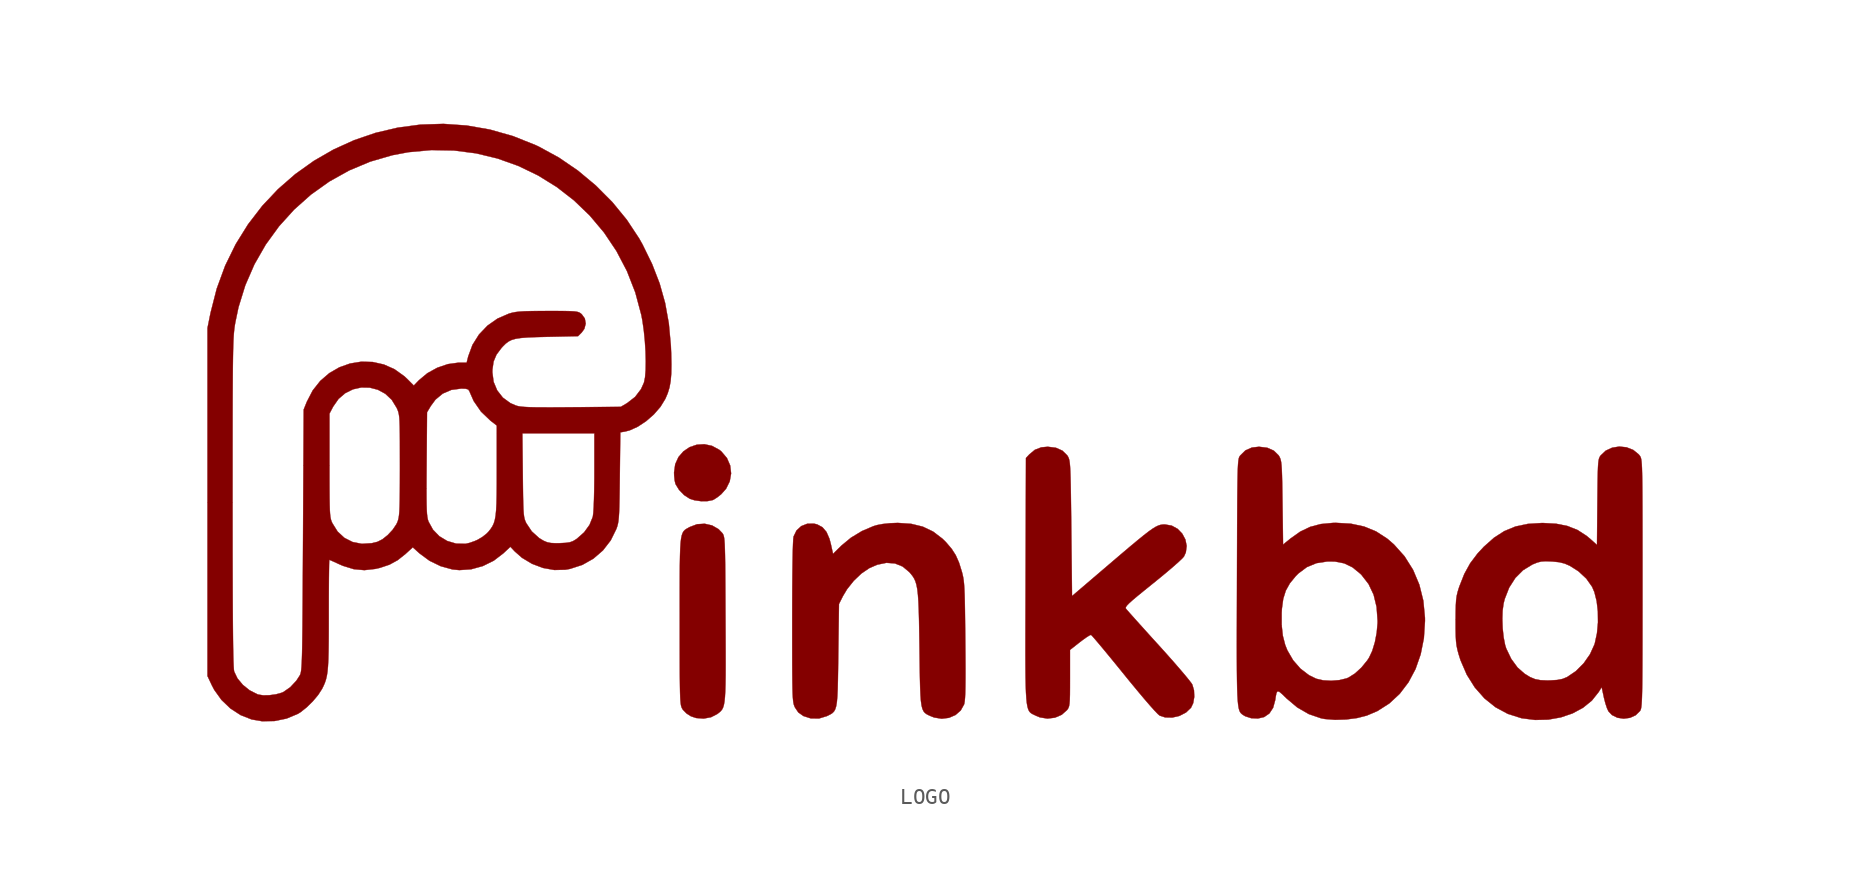
<source format=kicad_sym>
(kicad_symbol_lib
  (version 20220914)
  (generator "bitmap2component")
  (generator_version "9.0")
  (symbol "LOGO"
    (pin_names
      (offset 1.016))
    (property "Reference" "#G"
      (at 0 19.838 0)
      (effects (font (size 1.27 1.27)) hide))
    (symbol "LOGO_0_0"
      (polyline (pts (xy -41.415 -18.994) (xy -40.653 -18.839) (xy -39.948 -18.545) (xy -39.787 -18.446) (xy -39.403 -18.143) (xy -39.017 -17.765) (xy -38.678 -17.361) (xy -38.436 -16.986) (xy -38.342 -16.795) (xy -38.258 -16.601) (xy -38.191 -16.398) (xy -38.137 -16.171) (xy -38.095 -15.899) (xy -38.065 -15.565) (xy -38.043 -15.152) (xy -38.029 -14.64) (xy -38.021 -14.013) (xy -38.017 -13.252) (xy -38.016 -12.339) (xy -38.016 -12.057) (xy -38.015 -11.332) (xy -38.012 -10.67) (xy -38.008 -10.088) (xy -38.002 -9.604) (xy -37.996 -9.236) (xy -37.99 -9.002) (xy -37.983 -8.92) (xy -37.98 -8.92) (xy -37.879 -8.96) (xy -37.671 -9.053) (xy -37.396 -9.18) (xy -37.129 -9.296) (xy -36.453 -9.504) (xy -35.792 -9.566) (xy -35.105 -9.488) (xy -34.821 -9.423) (xy -34.225 -9.224) (xy -33.71 -8.943) (xy -33.217 -8.55) (xy -32.767 -8.139) (xy -32.336 -8.527) (xy -31.723 -8.978) (xy -31.021 -9.319) (xy -30.29 -9.52) (xy -29.859 -9.563) (xy -29.119 -9.511) (xy -28.391 -9.311) (xy -27.708 -8.975) (xy -27.104 -8.512) (xy -26.67 -8.104) (xy -26.395 -8.395) (xy -25.945 -8.792) (xy -25.317 -9.169) (xy -24.629 -9.428) (xy -23.919 -9.556) (xy -23.226 -9.538) (xy -22.938 -9.486) (xy -22.173 -9.238) (xy -21.483 -8.849) (xy -20.886 -8.334) (xy -20.4 -7.708) (xy -20.044 -6.986) (xy -20.038 -6.969) (xy -19.989 -6.825) (xy -19.95 -6.675) (xy -19.919 -6.498) (xy -19.895 -6.273) (xy -19.876 -5.981) (xy -19.862 -5.601) (xy -19.851 -5.112) (xy -19.841 -4.494) (xy -19.832 -3.727) (xy -19.8 -0.955) (xy -19.518 -0.909) (xy -19.22 -0.834) (xy -18.706 -0.601) (xy -18.189 -0.259) (xy -17.706 0.163) (xy -17.295 0.635) (xy -16.993 1.127) (xy -16.985 1.141) (xy -16.835 1.495) (xy -16.726 1.854) (xy -16.655 2.251) (xy -16.616 2.717) (xy -16.606 3.287) (xy -16.621 3.993) (xy -16.642 4.473) (xy -16.769 5.847) (xy -17 7.128) (xy -17.345 8.353) (xy -17.813 9.56) (xy -18.415 10.789) (xy -18.621 11.156) (xy -19.391 12.321) (xy -20.299 13.43) (xy -21.325 14.461) (xy -22.447 15.397) (xy -23.643 16.215) (xy -24.892 16.896) (xy -25.068 16.979) (xy -26.499 17.552) (xy -27.946 17.962) (xy -29.4 18.216) (xy -30.851 18.317) (xy -32.29 18.271) (xy -33.706 18.082) (xy -35.09 17.757) (xy -36.432 17.298) (xy -37.722 16.713) (xy -38.951 16.004) (xy -40.109 15.178) (xy -41.186 14.239) (xy -42.172 13.193) (xy -43.057 12.043) (xy -43.833 10.796) (xy -44.489 9.456) (xy -45.014 8.027) (xy -45.401 6.515) (xy -45.593 5.564) (xy -45.593 -5.309) (xy -45.593 -5.329) (xy -44.027 -5.329) (xy -44.027 -4.94) (xy -44.026 -3.443) (xy -44.026 -2.104) (xy -44.025 -0.913) (xy -44.024 0.14) (xy -44.022 1.065) (xy -44.018 1.872) (xy -44.014 2.57) (xy -44.009 3.17) (xy -44.002 3.681) (xy -43.994 4.112) (xy -43.984 4.475) (xy -43.973 4.779) (xy -43.959 5.032) (xy -43.944 5.247) (xy -43.926 5.431) (xy -43.906 5.596) (xy -43.883 5.75) (xy -43.857 5.904) (xy -43.658 6.856) (xy -43.231 8.234) (xy -42.661 9.543) (xy -41.955 10.775) (xy -41.124 11.919) (xy -40.178 12.964) (xy -39.125 13.902) (xy -37.976 14.72) (xy -36.74 15.409) (xy -35.427 15.959) (xy -34.045 16.36) (xy -33.043 16.549) (xy -31.609 16.681) (xy -30.195 16.655) (xy -28.81 16.477) (xy -27.466 16.153) (xy -26.172 15.691) (xy -24.939 15.096) (xy -23.776 14.376) (xy -22.695 13.537) (xy -21.705 12.585) (xy -20.816 11.528) (xy -20.04 10.371) (xy -19.385 9.122) (xy -18.863 7.786) (xy -18.484 6.371) (xy -18.415 5.999) (xy -18.329 5.39) (xy -18.265 4.745) (xy -18.224 4.097) (xy -18.208 3.48) (xy -18.217 2.929) (xy -18.254 2.477) (xy -18.319 2.158) (xy -18.503 1.746) (xy -18.876 1.257) (xy -19.374 0.871) (xy -19.77 0.637) (xy -22.847 0.612) (xy -23.339 0.608) (xy -24.081 0.604) (xy -24.682 0.605) (xy -25.16 0.609) (xy -25.532 0.619) (xy -25.816 0.634) (xy -26.03 0.655) (xy -26.193 0.683) (xy -26.321 0.719) (xy -26.672 0.871) (xy -27.139 1.214) (xy -27.493 1.665) (xy -27.717 2.2) (xy -27.794 2.795) (xy -27.791 2.961) (xy -27.719 3.468) (xy -27.538 3.899) (xy -27.227 4.314) (xy -27.136 4.413) (xy -26.961 4.587) (xy -26.786 4.72) (xy -26.585 4.82) (xy -26.335 4.891) (xy -26.012 4.94) (xy -25.592 4.973) (xy -25.051 4.995) (xy -24.365 5.012) (xy -22.44 5.055) (xy -22.207 5.288) (xy -22.046 5.513) (xy -21.962 5.836) (xy -22.017 6.155) (xy -22.21 6.423) (xy -22.22 6.431) (xy -22.299 6.495) (xy -22.386 6.543) (xy -22.501 6.577) (xy -22.67 6.601) (xy -22.915 6.615) (xy -23.259 6.623) (xy -23.726 6.626) (xy -24.339 6.626) (xy -24.815 6.625) (xy -25.354 6.62) (xy -25.77 6.609) (xy -26.09 6.589) (xy -26.342 6.56) (xy -26.552 6.519) (xy -26.747 6.465) (xy -26.754 6.463) (xy -27.468 6.154) (xy -28.1 5.711) (xy -28.629 5.156) (xy -29.036 4.509) (xy -29.301 3.791) (xy -29.399 3.398) (xy -29.848 3.398) (xy -29.915 3.397) (xy -30.575 3.306) (xy -31.239 3.079) (xy -31.855 2.739) (xy -32.374 2.307) (xy -32.703 1.967) (xy -33.11 2.376) (xy -33.29 2.545) (xy -33.907 2.987) (xy -34.574 3.283) (xy -35.273 3.439) (xy -35.984 3.458) (xy -36.686 3.344) (xy -37.361 3.103) (xy -37.988 2.739) (xy -38.547 2.257) (xy -39.02 1.66) (xy -39.386 0.954) (xy -39.582 0.467) (xy -39.6 -3.016) (xy -37.973 -3.016) (xy -37.973 0.212) (xy -37.743 0.65) (xy -37.408 1.131) (xy -36.985 1.494) (xy -36.502 1.733) (xy -35.984 1.848) (xy -35.457 1.839) (xy -34.947 1.707) (xy -34.48 1.452) (xy -34.08 1.076) (xy -33.773 0.577) (xy -33.745 0.516) (xy -33.698 0.402) (xy -33.66 0.283) (xy -33.631 0.143) (xy -33.608 -0.038) (xy -33.593 -0.279) (xy -33.582 -0.597) (xy -33.575 -1.012) (xy -33.572 -1.54) (xy -33.571 -2.202) (xy -33.57 -3.016) (xy -33.57 -3.298) (xy -33.572 -4.074) (xy -33.574 -4.46) (xy -31.911 -4.46) (xy -31.908 -3.771) (xy -31.902 -2.929) (xy -31.877 0.297) (xy -31.64 0.694) (xy -31.349 1.089) (xy -30.894 1.466) (xy -30.354 1.698) (xy -29.736 1.78) (xy -29.463 1.77) (xy -29.308 1.726) (xy -29.239 1.635) (xy -28.96 1) (xy -28.503 0.34) (xy -27.919 -0.219) (xy -27.517 -0.532) (xy -27.517 -1.019) (xy -25.919 -1.019) (xy -23.67 -1.019) (xy -21.421 -1.019) (xy -21.421 -3.394) (xy -21.422 -3.863) (xy -21.43 -4.537) (xy -21.444 -5.131) (xy -21.462 -5.62) (xy -21.486 -5.984) (xy -21.513 -6.201) (xy -21.523 -6.245) (xy -21.723 -6.739) (xy -22.061 -7.204) (xy -22.51 -7.601) (xy -22.553 -7.631) (xy -22.752 -7.752) (xy -22.949 -7.824) (xy -23.201 -7.861) (xy -23.566 -7.88) (xy -23.814 -7.885) (xy -24.133 -7.871) (xy -24.374 -7.822) (xy -24.594 -7.729) (xy -24.869 -7.563) (xy -25.333 -7.144) (xy -25.676 -6.63) (xy -25.686 -6.609) (xy -25.738 -6.494) (xy -25.779 -6.373) (xy -25.811 -6.226) (xy -25.835 -6.031) (xy -25.853 -5.768) (xy -25.866 -5.417) (xy -25.876 -4.958) (xy -25.884 -4.369) (xy -25.892 -3.632) (xy -25.919 -1.019) (xy -27.517 -1.019) (xy -27.517 -3.309) (xy -27.517 -3.336) (xy -27.518 -4.163) (xy -27.524 -4.84) (xy -27.536 -5.385) (xy -27.558 -5.819) (xy -27.591 -6.161) (xy -27.64 -6.429) (xy -27.705 -6.644) (xy -27.79 -6.824) (xy -27.897 -6.988) (xy -28.029 -7.156) (xy -28.143 -7.275) (xy -28.422 -7.496) (xy -28.725 -7.674) (xy -28.907 -7.753) (xy -29.216 -7.862) (xy -29.464 -7.92) (xy -29.475 -7.921) (xy -30.061 -7.908) (xy -30.614 -7.745) (xy -31.106 -7.449) (xy -31.506 -7.037) (xy -31.786 -6.528) (xy -31.796 -6.5) (xy -31.831 -6.383) (xy -31.858 -6.237) (xy -31.88 -6.045) (xy -31.895 -5.789) (xy -31.905 -5.451) (xy -31.91 -5.014) (xy -31.911 -4.46) (xy -33.574 -4.46) (xy -33.575 -4.704) (xy -33.581 -5.206) (xy -33.591 -5.598) (xy -33.605 -5.899) (xy -33.625 -6.128) (xy -33.65 -6.301) (xy -33.683 -6.437) (xy -33.722 -6.554) (xy -33.791 -6.701) (xy -34.023 -7.044) (xy -34.329 -7.372) (xy -34.661 -7.638) (xy -34.972 -7.796) (xy -35.326 -7.883) (xy -35.952 -7.922) (xy -36.528 -7.809) (xy -37.039 -7.55) (xy -37.466 -7.154) (xy -37.796 -6.626) (xy -37.806 -6.603) (xy -37.85 -6.499) (xy -37.885 -6.386) (xy -37.913 -6.247) (xy -37.934 -6.062) (xy -37.95 -5.815) (xy -37.96 -5.488) (xy -37.967 -5.062) (xy -37.971 -4.52) (xy -37.973 -3.844) (xy -37.973 -3.016) (xy -39.6 -3.016) (xy -39.624 -7.688) (xy -39.625 -7.799) (xy -39.632 -9.148) (xy -39.639 -10.339) (xy -39.645 -11.381) (xy -39.652 -12.285) (xy -39.658 -13.062) (xy -39.666 -13.721) (xy -39.674 -14.273) (xy -39.683 -14.729) (xy -39.694 -15.098) (xy -39.706 -15.392) (xy -39.72 -15.62) (xy -39.736 -15.793) (xy -39.754 -15.921) (xy -39.774 -16.015) (xy -39.798 -16.084) (xy -39.824 -16.14) (xy -40.042 -16.476) (xy -40.422 -16.882) (xy -40.849 -17.179) (xy -40.959 -17.227) (xy -41.313 -17.325) (xy -41.721 -17.381) (xy -42.113 -17.389) (xy -42.419 -17.34) (xy -42.485 -17.317) (xy -42.961 -17.075) (xy -43.386 -16.733) (xy -43.722 -16.33) (xy -43.927 -15.902) (xy -43.929 -15.894) (xy -43.945 -15.782) (xy -43.959 -15.576) (xy -43.972 -15.271) (xy -43.983 -14.86) (xy -43.993 -14.336) (xy -44.001 -13.693) (xy -44.008 -12.925) (xy -44.014 -12.025) (xy -44.019 -10.988) (xy -44.022 -9.806) (xy -44.025 -8.473) (xy -44.026 -6.983) (xy -44.027 -5.329) (xy -45.593 -5.329) (xy -45.593 -16.183) (xy -45.322 -16.757) (xy -45.172 -17.044) (xy -44.72 -17.674) (xy -44.161 -18.209) (xy -43.523 -18.623) (xy -42.834 -18.894) (xy -42.189 -19.005) (xy -41.415 -18.994)) (stroke (width 0.01) (type default)) (fill (type outline)))
      (polyline (pts (xy 25.553 -18.896) (xy 26.234 -18.807) (xy 26.837 -18.654) (xy 27.501 -18.372) (xy 28.248 -17.896) (xy 28.899 -17.292) (xy 29.448 -16.571) (xy 29.887 -15.745) (xy 30.209 -14.824) (xy 30.409 -13.819) (xy 30.478 -12.742) (xy 30.476 -12.546) (xy 30.375 -11.479) (xy 30.125 -10.475) (xy 29.733 -9.546) (xy 29.202 -8.703) (xy 28.537 -7.959) (xy 28.116 -7.596) (xy 27.425 -7.149) (xy 26.676 -6.841) (xy 25.846 -6.664) (xy 24.914 -6.611) (xy 24.735 -6.614) (xy 23.97 -6.686) (xy 23.299 -6.864) (xy 22.679 -7.162) (xy 22.069 -7.596) (xy 21.61 -7.971) (xy 21.576 -5.362) (xy 21.567 -4.752) (xy 21.557 -4.134) (xy 21.545 -3.651) (xy 21.531 -3.282) (xy 21.513 -3.007) (xy 21.489 -2.808) (xy 21.459 -2.663) (xy 21.421 -2.554) (xy 21.373 -2.46) (xy 21.332 -2.394) (xy 21.034 -2.101) (xy 20.62 -1.919) (xy 20.107 -1.857) (xy 19.662 -1.907) (xy 19.257 -2.086) (xy 18.932 -2.406) (xy 18.92 -2.422) (xy 18.891 -2.466) (xy 18.865 -2.52) (xy 18.843 -2.595) (xy 18.824 -2.7) (xy 18.807 -2.848) (xy 18.793 -3.048) (xy 18.781 -3.311) (xy 18.772 -3.648) (xy 18.764 -4.07) (xy 18.757 -4.587) (xy 18.751 -5.209) (xy 18.747 -5.949) (xy 18.742 -6.815) (xy 18.739 -7.819) (xy 18.735 -8.973) (xy 18.731 -10.285) (xy 18.73 -10.816) (xy 18.726 -12.104) (xy 18.724 -13.004) (xy 21.523 -13.004) (xy 21.523 -12.232) (xy 21.538 -11.968) (xy 21.621 -11.357) (xy 21.781 -10.846) (xy 22.034 -10.39) (xy 22.399 -9.943) (xy 22.573 -9.768) (xy 23.102 -9.374) (xy 23.693 -9.13) (xy 24.372 -9.024) (xy 24.847 -9.027) (xy 25.43 -9.14) (xy 25.951 -9.392) (xy 26.446 -9.798) (xy 26.509 -9.861) (xy 26.954 -10.435) (xy 27.269 -11.1) (xy 27.455 -11.866) (xy 27.517 -12.741) (xy 27.515 -12.874) (xy 27.462 -13.475) (xy 27.348 -14.073) (xy 27.184 -14.611) (xy 26.983 -15.036) (xy 26.868 -15.212) (xy 26.505 -15.655) (xy 26.099 -16.026) (xy 25.696 -16.28) (xy 25.578 -16.329) (xy 25.131 -16.437) (xy 24.62 -16.478) (xy 24.114 -16.45) (xy 23.683 -16.351) (xy 23.229 -16.129) (xy 22.697 -15.721) (xy 22.238 -15.195) (xy 21.88 -14.579) (xy 21.742 -14.234) (xy 21.594 -13.658) (xy 21.523 -13.004) (xy 18.724 -13.004) (xy 18.723 -13.237) (xy 18.722 -14.224) (xy 18.723 -15.077) (xy 18.726 -15.806) (xy 18.733 -16.421) (xy 18.743 -16.932) (xy 18.757 -17.351) (xy 18.777 -17.686) (xy 18.802 -17.95) (xy 18.832 -18.152) (xy 18.869 -18.302) (xy 18.913 -18.412) (xy 18.965 -18.491) (xy 19.025 -18.55) (xy 19.093 -18.6) (xy 19.171 -18.65) (xy 19.249 -18.696) (xy 19.622 -18.816) (xy 20.041 -18.834) (xy 20.427 -18.745) (xy 20.755 -18.521) (xy 20.99 -18.162) (xy 21.121 -17.682) (xy 21.149 -17.484) (xy 21.196 -17.243) (xy 21.261 -17.136) (xy 21.37 -17.159) (xy 21.549 -17.307) (xy 21.825 -17.577) (xy 22.492 -18.139) (xy 23.22 -18.56) (xy 23.983 -18.821) (xy 24.221 -18.866) (xy 24.859 -18.917) (xy 25.553 -18.896)) (stroke (width 0.01) (type default)) (fill (type outline)))
      (polyline (pts (xy 38.178 -18.905) (xy 38.966 -18.765) (xy 39.699 -18.516) (xy 40.353 -18.164) (xy 40.904 -17.717) (xy 41.329 -17.183) (xy 41.519 -16.874) (xy 41.656 -17.516) (xy 41.662 -17.546) (xy 41.751 -17.89) (xy 41.851 -18.192) (xy 41.942 -18.388) (xy 42.165 -18.621) (xy 42.506 -18.788) (xy 42.894 -18.845) (xy 43.288 -18.792) (xy 43.642 -18.632) (xy 43.916 -18.363) (xy 43.932 -18.336) (xy 43.957 -18.282) (xy 43.978 -18.206) (xy 43.996 -18.097) (xy 44.012 -17.945) (xy 44.025 -17.738) (xy 44.036 -17.468) (xy 44.045 -17.122) (xy 44.053 -16.691) (xy 44.058 -16.163) (xy 44.062 -15.529) (xy 44.065 -14.778) (xy 44.067 -13.899) (xy 44.068 -12.882) (xy 44.069 -11.717) (xy 44.069 -10.391) (xy 44.069 -9.671) (xy 44.069 -8.435) (xy 44.068 -7.353) (xy 44.067 -6.413) (xy 44.065 -5.606) (xy 44.062 -4.922) (xy 44.058 -4.348) (xy 44.052 -3.875) (xy 44.044 -3.493) (xy 44.035 -3.189) (xy 44.023 -2.955) (xy 44.008 -2.78) (xy 43.991 -2.652) (xy 43.971 -2.561) (xy 43.948 -2.497) (xy 43.921 -2.449) (xy 43.891 -2.406) (xy 43.831 -2.332) (xy 43.487 -2.053) (xy 43.07 -1.891) (xy 42.618 -1.845) (xy 42.171 -1.916) (xy 41.768 -2.103) (xy 41.45 -2.406) (xy 41.438 -2.422) (xy 41.391 -2.498) (xy 41.354 -2.59) (xy 41.325 -2.719) (xy 41.303 -2.903) (xy 41.287 -3.161) (xy 41.275 -3.513) (xy 41.265 -3.977) (xy 41.258 -4.573) (xy 41.25 -5.32) (xy 41.226 -7.995) (xy 40.82 -7.629) (xy 40.57 -7.42) (xy 40.005 -7.056) (xy 39.382 -6.809) (xy 38.672 -6.667) (xy 37.846 -6.621) (xy 37.777 -6.622) (xy 36.901 -6.677) (xy 36.132 -6.84) (xy 35.438 -7.125) (xy 34.79 -7.542) (xy 34.156 -8.105) (xy 33.763 -8.527) (xy 33.303 -9.137) (xy 32.937 -9.801) (xy 32.63 -10.576) (xy 32.584 -10.711) (xy 32.511 -10.955) (xy 32.459 -11.185) (xy 32.425 -11.437) (xy 32.406 -11.75) (xy 32.396 -12.158) (xy 32.392 -12.637) (xy 35.31 -12.637) (xy 35.327 -12.098) (xy 35.389 -11.649) (xy 35.46 -11.367) (xy 35.738 -10.657) (xy 36.125 -10.052) (xy 36.61 -9.567) (xy 37.182 -9.218) (xy 37.232 -9.195) (xy 37.508 -9.085) (xy 37.747 -9.027) (xy 38.017 -9.009) (xy 38.387 -9.023) (xy 38.445 -9.026) (xy 38.869 -9.07) (xy 39.205 -9.154) (xy 39.526 -9.293) (xy 40.064 -9.634) (xy 40.556 -10.091) (xy 40.92 -10.604) (xy 41.064 -10.94) (xy 41.205 -11.502) (xy 41.28 -12.147) (xy 41.288 -12.829) (xy 41.226 -13.504) (xy 41.092 -14.129) (xy 41.064 -14.219) (xy 40.79 -14.821) (xy 40.392 -15.389) (xy 39.906 -15.876) (xy 39.37 -16.239) (xy 39.333 -16.258) (xy 39.056 -16.367) (xy 38.736 -16.429) (xy 38.312 -16.455) (xy 38.125 -16.459) (xy 37.695 -16.442) (xy 37.352 -16.376) (xy 37.039 -16.245) (xy 36.697 -16.034) (xy 36.261 -15.65) (xy 35.868 -15.114) (xy 35.554 -14.462) (xy 35.485 -14.242) (xy 35.392 -13.767) (xy 35.332 -13.213) (xy 35.31 -12.637) (xy 32.392 -12.637) (xy 32.392 -12.7) (xy 32.392 -13.242) (xy 32.4 -13.672) (xy 32.419 -14.007) (xy 32.453 -14.285) (xy 32.506 -14.543) (xy 32.58 -14.819) (xy 32.699 -15.194) (xy 33.09 -16.098) (xy 33.592 -16.896) (xy 34.193 -17.577) (xy 34.884 -18.131) (xy 35.653 -18.545) (xy 36.491 -18.811) (xy 36.53 -18.82) (xy 37.358 -18.925) (xy 38.178 -18.905)) (stroke (width 0.01) (type default)) (fill (type outline)))
      (polyline (pts (xy -14.133 -18.756) (xy -13.746 -18.558) (xy -13.704 -18.526) (xy -13.601 -18.446) (xy -13.514 -18.366) (xy -13.44 -18.272) (xy -13.379 -18.152) (xy -13.33 -17.992) (xy -13.292 -17.779) (xy -13.263 -17.501) (xy -13.242 -17.144) (xy -13.228 -16.695) (xy -13.22 -16.141) (xy -13.218 -15.47) (xy -13.219 -14.668) (xy -13.222 -13.722) (xy -13.227 -12.619) (xy -13.229 -12.301) (xy -13.233 -11.286) (xy -13.238 -10.423) (xy -13.243 -9.7) (xy -13.249 -9.104) (xy -13.257 -8.621) (xy -13.267 -8.238) (xy -13.278 -7.942) (xy -13.293 -7.719) (xy -13.312 -7.557) (xy -13.334 -7.442) (xy -13.36 -7.361) (xy -13.392 -7.301) (xy -13.428 -7.248) (xy -13.663 -7.004) (xy -14.066 -6.773) (xy -14.526 -6.668) (xy -15.004 -6.698) (xy -15.459 -6.87) (xy -15.558 -6.925) (xy -15.669 -6.987) (xy -15.764 -7.053) (xy -15.843 -7.134) (xy -15.908 -7.245) (xy -15.96 -7.397) (xy -16.002 -7.603) (xy -16.033 -7.877) (xy -16.055 -8.231) (xy -16.07 -8.678) (xy -16.08 -9.231) (xy -16.085 -9.902) (xy -16.087 -10.705) (xy -16.087 -11.652) (xy -16.086 -12.755) (xy -16.086 -12.982) (xy -16.086 -14.021) (xy -16.085 -14.906) (xy -16.083 -15.649) (xy -16.08 -16.265) (xy -16.074 -16.767) (xy -16.067 -17.168) (xy -16.057 -17.48) (xy -16.043 -17.718) (xy -16.026 -17.894) (xy -16.006 -18.022) (xy -15.98 -18.115) (xy -15.95 -18.186) (xy -15.915 -18.248) (xy -15.882 -18.297) (xy -15.661 -18.521) (xy -15.386 -18.697) (xy -15.06 -18.805) (xy -14.59 -18.84) (xy -14.133 -18.756)) (stroke (width 0.01) (type default)) (fill (type outline)))
      (polyline (pts (xy 0.737 -18.792) (xy 1.143 -18.617) (xy 1.468 -18.335) (xy 1.678 -17.959) (xy 1.693 -17.909) (xy 1.718 -17.761) (xy 1.738 -17.544) (xy 1.753 -17.242) (xy 1.762 -16.843) (xy 1.767 -16.33) (xy 1.768 -15.691) (xy 1.764 -14.91) (xy 1.756 -13.974) (xy 1.752 -13.574) (xy 1.743 -12.748) (xy 1.734 -12.066) (xy 1.724 -11.511) (xy 1.712 -11.065) (xy 1.696 -10.709) (xy 1.677 -10.426) (xy 1.653 -10.199) (xy 1.623 -10.009) (xy 1.587 -9.839) (xy 1.543 -9.67) (xy 1.365 -9.099) (xy 1.161 -8.637) (xy 0.903 -8.234) (xy 0.563 -7.835) (xy 0.33 -7.603) (xy -0.255 -7.157) (xy -0.898 -6.85) (xy -1.624 -6.673) (xy -2.455 -6.616) (xy -2.478 -6.616) (xy -2.951 -6.635) (xy -3.403 -6.683) (xy -3.76 -6.751) (xy -3.991 -6.821) (xy -4.707 -7.127) (xy -5.392 -7.543) (xy -5.985 -8.034) (xy -6.509 -8.55) (xy -6.647 -7.927) (xy -6.733 -7.604) (xy -6.92 -7.177) (xy -7.171 -6.884) (xy -7.497 -6.71) (xy -7.701 -6.66) (xy -8.12 -6.668) (xy -8.494 -6.815) (xy -8.789 -7.087) (xy -8.973 -7.465) (xy -8.974 -7.468) (xy -8.993 -7.63) (xy -9.009 -7.954) (xy -9.024 -8.429) (xy -9.036 -9.047) (xy -9.046 -9.8) (xy -9.053 -10.679) (xy -9.057 -11.675) (xy -9.059 -12.779) (xy -9.059 -13.759) (xy -9.058 -14.662) (xy -9.057 -15.421) (xy -9.053 -16.051) (xy -9.048 -16.564) (xy -9.041 -16.976) (xy -9.031 -17.299) (xy -9.017 -17.547) (xy -9 -17.734) (xy -8.979 -17.874) (xy -8.953 -17.98) (xy -8.922 -18.066) (xy -8.886 -18.146) (xy -8.677 -18.456) (xy -8.357 -18.682) (xy -7.896 -18.829) (xy -7.384 -18.834) (xy -6.892 -18.685) (xy -6.818 -18.649) (xy -6.667 -18.573) (xy -6.544 -18.493) (xy -6.446 -18.393) (xy -6.37 -18.256) (xy -6.312 -18.065) (xy -6.269 -17.804) (xy -6.239 -17.456) (xy -6.218 -17.006) (xy -6.204 -16.435) (xy -6.192 -15.727) (xy -6.181 -14.866) (xy -6.138 -11.681) (xy -5.891 -11.19) (xy -5.634 -10.76) (xy -5.214 -10.232) (xy -4.734 -9.775) (xy -4.238 -9.438) (xy -3.745 -9.225) (xy -3.173 -9.108) (xy -2.641 -9.146) (xy -2.161 -9.339) (xy -1.746 -9.684) (xy -1.664 -9.777) (xy -1.543 -9.928) (xy -1.443 -10.085) (xy -1.361 -10.265) (xy -1.295 -10.485) (xy -1.243 -10.759) (xy -1.203 -11.106) (xy -1.173 -11.54) (xy -1.15 -12.08) (xy -1.133 -12.74) (xy -1.119 -13.537) (xy -1.105 -14.488) (xy -1.103 -14.66) (xy -1.091 -15.547) (xy -1.08 -16.282) (xy -1.065 -16.882) (xy -1.045 -17.36) (xy -1.017 -17.734) (xy -0.978 -18.018) (xy -0.925 -18.227) (xy -0.856 -18.379) (xy -0.767 -18.487) (xy -0.657 -18.567) (xy -0.522 -18.636) (xy -0.359 -18.707) (xy -0.183 -18.774) (xy 0.284 -18.849) (xy 0.737 -18.792)) (stroke (width 0.01) (type default)) (fill (type outline)))
      (polyline (pts (xy 7.357 -18.783) (xy 7.779 -18.603) (xy 8.114 -18.306) (xy 8.145 -18.264) (xy 8.199 -18.175) (xy 8.239 -18.064) (xy 8.266 -17.905) (xy 8.283 -17.676) (xy 8.293 -17.349) (xy 8.296 -16.903) (xy 8.297 -16.311) (xy 8.297 -14.55) (xy 8.911 -14.067) (xy 9.054 -13.958) (xy 9.313 -13.771) (xy 9.51 -13.647) (xy 9.61 -13.607) (xy 9.611 -13.608) (xy 9.688 -13.684) (xy 9.857 -13.877) (xy 10.108 -14.172) (xy 10.427 -14.554) (xy 10.802 -15.009) (xy 11.221 -15.521) (xy 11.672 -16.077) (xy 12.013 -16.497) (xy 12.49 -17.075) (xy 12.916 -17.583) (xy 13.282 -18.008) (xy 13.576 -18.337) (xy 13.788 -18.557) (xy 13.906 -18.657) (xy 14.246 -18.767) (xy 14.69 -18.776) (xy 15.14 -18.67) (xy 15.546 -18.461) (xy 15.86 -18.162) (xy 15.996 -17.873) (xy 16.062 -17.484) (xy 16.045 -17.076) (xy 15.941 -16.717) (xy 15.888 -16.633) (xy 15.723 -16.419) (xy 15.469 -16.109) (xy 15.139 -15.722) (xy 14.749 -15.272) (xy 14.312 -14.779) (xy 13.843 -14.259) (xy 13.495 -13.877) (xy 13.055 -13.39) (xy 12.658 -12.95) (xy 12.32 -12.573) (xy 12.053 -12.274) (xy 11.873 -12.07) (xy 11.794 -11.975) (xy 11.777 -11.935) (xy 11.792 -11.867) (xy 11.861 -11.77) (xy 11.997 -11.63) (xy 12.213 -11.436) (xy 12.523 -11.175) (xy 12.94 -10.835) (xy 13.477 -10.402) (xy 13.937 -10.029) (xy 14.385 -9.657) (xy 14.776 -9.323) (xy 15.092 -9.043) (xy 15.313 -8.833) (xy 15.42 -8.712) (xy 15.535 -8.459) (xy 15.587 -8.053) (xy 15.506 -7.652) (xy 15.312 -7.287) (xy 15.022 -6.987) (xy 14.654 -6.785) (xy 14.228 -6.711) (xy 14.092 -6.715) (xy 13.956 -6.736) (xy 13.812 -6.781) (xy 13.645 -6.862) (xy 13.444 -6.986) (xy 13.194 -7.164) (xy 12.883 -7.406) (xy 12.496 -7.721) (xy 12.021 -8.117) (xy 11.444 -8.606) (xy 10.753 -9.196) (xy 8.424 -11.186) (xy 8.379 -6.969) (xy 8.373 -6.416) (xy 8.362 -5.546) (xy 8.352 -4.824) (xy 8.342 -4.233) (xy 8.331 -3.759) (xy 8.318 -3.386) (xy 8.303 -3.101) (xy 8.284 -2.888) (xy 8.262 -2.732) (xy 8.235 -2.619) (xy 8.203 -2.533) (xy 8.165 -2.459) (xy 8.124 -2.394) (xy 7.827 -2.102) (xy 7.416 -1.92) (xy 6.91 -1.857) (xy 6.503 -1.894) (xy 6.105 -2.046) (xy 5.757 -2.335) (xy 5.546 -2.562) (xy 5.523 -10.222) (xy 5.523 -10.397) (xy 5.519 -11.731) (xy 5.515 -12.907) (xy 5.513 -13.935) (xy 5.512 -14.826) (xy 5.515 -15.589) (xy 5.521 -16.236) (xy 5.532 -16.776) (xy 5.548 -17.221) (xy 5.571 -17.579) (xy 5.6 -17.863) (xy 5.637 -18.082) (xy 5.683 -18.246) (xy 5.738 -18.366) (xy 5.803 -18.452) (xy 5.88 -18.515) (xy 5.968 -18.565) (xy 6.069 -18.613) (xy 6.184 -18.668) (xy 6.421 -18.765) (xy 6.89 -18.84) (xy 7.357 -18.783)) (stroke (width 0.01) (type default)) (fill (type outline)))
      (polyline (pts (xy -14.353 -5.254) (xy -14.027 -5.188) (xy -13.952 -5.152) (xy -13.733 -5.011) (xy -13.501 -4.827) (xy -13.191 -4.48) (xy -12.963 -4.018) (xy -12.877 -3.523) (xy -12.935 -3.028) (xy -13.138 -2.561) (xy -13.484 -2.153) (xy -13.615 -2.047) (xy -14.07 -1.801) (xy -14.547 -1.699) (xy -15.02 -1.729) (xy -15.465 -1.88) (xy -15.854 -2.141) (xy -16.164 -2.499) (xy -16.368 -2.945) (xy -16.441 -3.466) (xy -16.434 -3.663) (xy -16.404 -3.96) (xy -16.356 -4.167) (xy -16.345 -4.196) (xy -16.127 -4.552) (xy -15.811 -4.877) (xy -15.455 -5.107) (xy -15.162 -5.2) (xy -14.757 -5.257) (xy -14.353 -5.254)) (stroke (width 0.01) (type default)) (fill (type outline))))))
</source>
